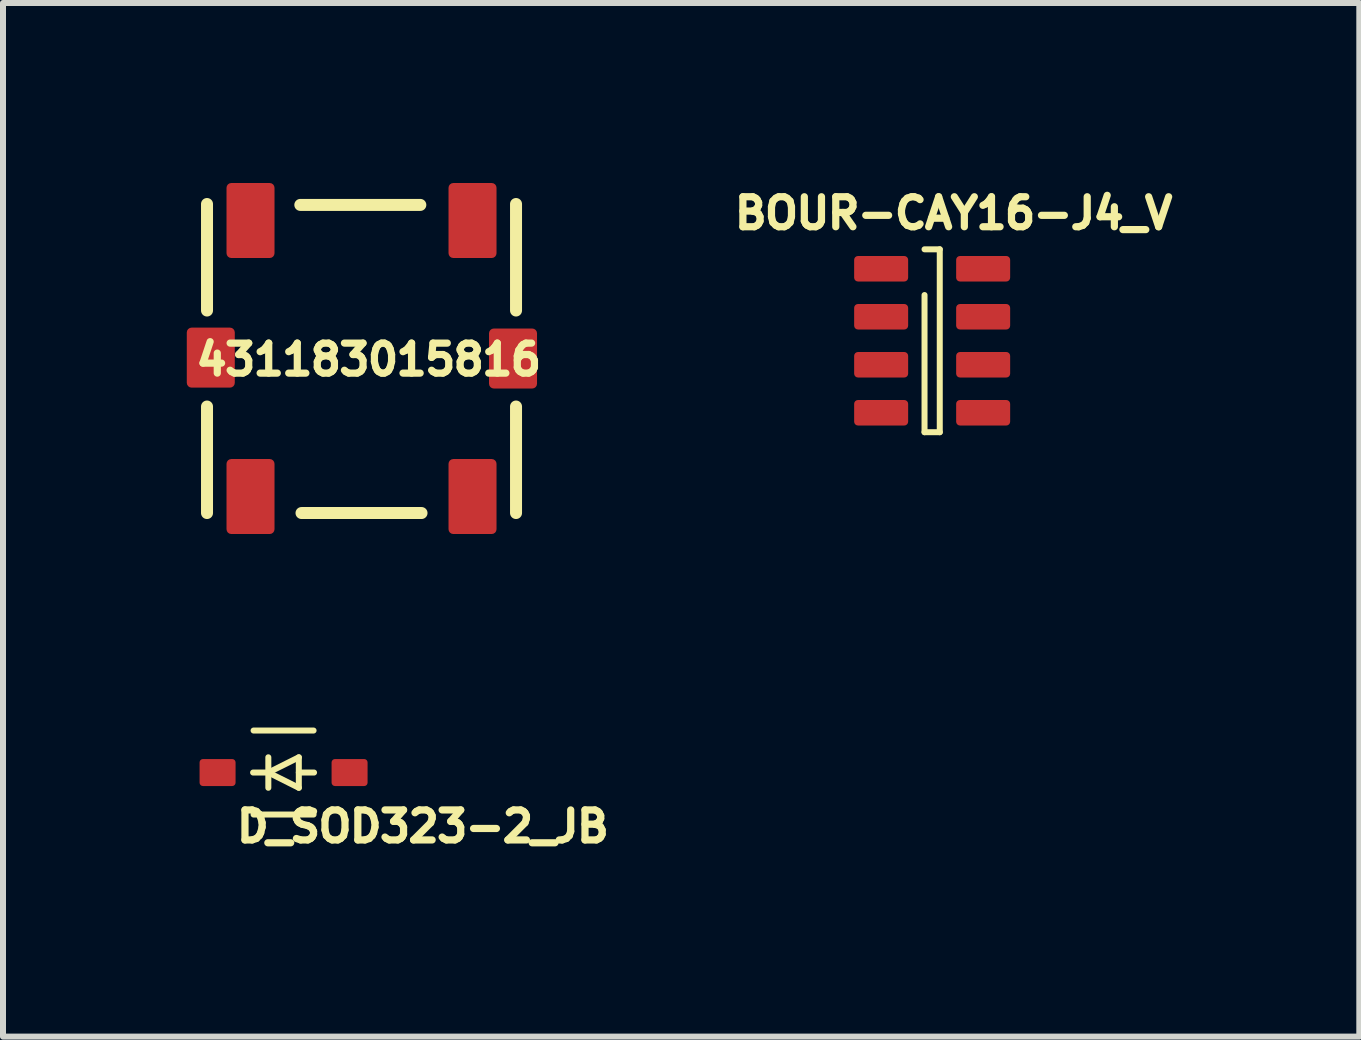
<source format=kicad_pcb>
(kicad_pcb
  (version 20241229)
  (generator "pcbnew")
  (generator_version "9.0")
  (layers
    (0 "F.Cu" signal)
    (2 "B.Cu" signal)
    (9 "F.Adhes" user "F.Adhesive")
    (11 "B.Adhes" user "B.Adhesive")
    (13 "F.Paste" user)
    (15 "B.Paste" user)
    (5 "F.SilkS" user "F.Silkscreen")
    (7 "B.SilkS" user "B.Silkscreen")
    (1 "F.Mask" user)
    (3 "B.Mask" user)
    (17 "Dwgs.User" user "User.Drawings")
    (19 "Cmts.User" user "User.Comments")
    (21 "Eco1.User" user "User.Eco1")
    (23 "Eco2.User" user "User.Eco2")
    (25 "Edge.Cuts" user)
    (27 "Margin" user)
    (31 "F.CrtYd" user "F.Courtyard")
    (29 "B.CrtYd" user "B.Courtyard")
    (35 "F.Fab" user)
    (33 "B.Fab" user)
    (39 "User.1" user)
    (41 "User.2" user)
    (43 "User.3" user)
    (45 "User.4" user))
  (footprint "BOUR-CAY16-J4_V"
    (layer "F.Cu")
    (at 12.485 2.629)
    (property "Reference" "BOUR-CAY16-J4_V" (at 0.358 -2.125 0) (unlocked yes) (layer "F.SilkS") (effects (font (size 0.5 0.5) (thickness 0.12))))
    (fp_line (start -0.127 -1.524) (end 0.127 -1.524) (stroke (width 0.1) (type solid)) (layer "F.SilkS"))
    (fp_line (start -0.127 1.524) (end -0.127 -0.762) (stroke (width 0.1) (type solid)) (layer "F.SilkS"))
    (fp_line (start -0.127 1.524) (end 0.127 1.524) (stroke (width 0.1) (type solid)) (layer "F.SilkS"))
    (fp_line (start 0.127 1.524) (end 0.127 -1.524) (stroke (width 0.1) (type solid)) (layer "F.SilkS"))
    (fp_line (start -0.5 0) (end 0.5 0) (stroke (width 0.1) (type solid)) (layer "User.2"))
    (fp_line (start 0 0.5) (end 0 -0.5) (stroke (width 0.1) (type solid)) (layer "User.2"))
    (fp_line (start -0.8 -1.6) (end 0.8 -1.6) (stroke (width 0.1) (type solid)) (layer "User.4"))
    (fp_line (start -0.8 1.6) (end -0.8 -1.6) (stroke (width 0.1) (type solid)) (layer "User.4"))
    (fp_line (start -0.8 1.6) (end 0.8 1.6) (stroke (width 0.1) (type solid)) (layer "User.4"))
    (fp_line (start 0.8 1.6) (end 0.8 -1.6) (stroke (width 0.1) (type solid)) (layer "User.4"))
    (fp_poly (pts (xy -1.27 -1.397) (xy -0.381 -1.397) (xy -0.381 -1.016) (xy -1.27 -1.016)) (stroke (width 0.1) (type default)) (fill no) (layer "User.6"))
    (fp_line (start -1.651 -1.85) (end 1.651 -1.85) (stroke (width 0.05) (type solid)) (layer "User.13"))
    (fp_line (start -1.651 1.85) (end -1.651 -1.85) (stroke (width 0.05) (type solid)) (layer "User.13"))
    (fp_line (start -1.651 1.85) (end 1.651 1.85) (stroke (width 0.05) (type solid)) (layer "User.13"))
    (fp_line (start 1.651 1.85) (end 1.651 -1.85) (stroke (width 0.05) (type solid)) (layer "User.13"))
    (pad "1" smd roundrect (at -0.85 -1.2 90) (size 0.425 0.9) (layers "F.Cu" "F.Mask" "F.Paste") (roundrect_rratio 0.15))
    (pad "2" smd roundrect (at -0.85 -0.4 90) (size 0.425 0.9) (layers "F.Cu" "F.Mask" "F.Paste") (roundrect_rratio 0.15))
    (pad "3" smd roundrect (at -0.85 0.4 90) (size 0.425 0.9) (layers "F.Cu" "F.Mask" "F.Paste") (roundrect_rratio 0.15))
    (pad "4" smd roundrect (at -0.85 1.2 90) (size 0.425 0.9) (layers "F.Cu" "F.Mask" "F.Paste") (roundrect_rratio 0.15))
    (pad "5" smd roundrect (at 0.85 1.2 90) (size 0.425 0.9) (layers "F.Cu" "F.Mask" "F.Paste") (roundrect_rratio 0.15))
    (pad "6" smd roundrect (at 0.85 0.4 90) (size 0.425 0.9) (layers "F.Cu" "F.Mask" "F.Paste") (roundrect_rratio 0.15))
    (pad "7" smd roundrect (at 0.85 -0.4 90) (size 0.425 0.9) (layers "F.Cu" "F.Mask" "F.Paste") (roundrect_rratio 0.15))
    (pad "8" smd roundrect (at 0.85 -1.2 90) (size 0.425 0.9) (layers "F.Cu" "F.Mask" "F.Paste") (roundrect_rratio 0.15)))
  (footprint "D_SOD323-2_JB"
    (layer "F.Cu")
    (at 1.676 9.825)
    (property "Reference" "D_SOD323-2_JB" (at 2.321 0.898 0) (unlocked yes) (layer "F.SilkS") (effects (font (size 0.5 0.5) (thickness 0.12))))
    (fp_line (start -0.508 0) (end -0.254 0) (stroke (width 0.1) (type solid)) (layer "F.SilkS"))
    (fp_line (start -0.5 -0.7) (end 0.5 -0.7) (stroke (width 0.1) (type solid)) (layer "F.SilkS"))
    (fp_line (start -0.5 0.7) (end 0.5 0.7) (stroke (width 0.1) (type solid)) (layer "F.SilkS"))
    (fp_line (start -0.254 0) (end 0.254 -0.254) (stroke (width 0.1) (type solid)) (layer "F.SilkS"))
    (fp_line (start -0.254 0) (end 0.254 0.254) (stroke (width 0.1) (type solid)) (layer "F.SilkS"))
    (fp_line (start -0.254 0.254) (end -0.254 -0.254) (stroke (width 0.1) (type solid)) (layer "F.SilkS"))
    (fp_line (start 0.254 0) (end 0.508 0) (stroke (width 0.1) (type solid)) (layer "F.SilkS"))
    (fp_line (start 0.254 0.254) (end 0.254 -0.254) (stroke (width 0.1) (type solid)) (layer "F.SilkS"))
    (fp_line (start -0.5 0) (end 0.5 0) (stroke (width 0.1) (type solid)) (layer "User.2"))
    (fp_line (start 0 0.5) (end 0 -0.5) (stroke (width 0.1) (type solid)) (layer "User.2"))
    (fp_line (start -0.9 -0.7) (end 0.9 -0.7) (stroke (width 0.1) (type solid)) (layer "User.4"))
    (fp_line (start -0.9 0.7) (end -0.9 -0.7) (stroke (width 0.1) (type solid)) (layer "User.4"))
    (fp_line (start -0.9 0.7) (end 0.9 0.7) (stroke (width 0.1) (type solid)) (layer "User.4"))
    (fp_line (start 0.9 0.7) (end 0.9 -0.7) (stroke (width 0.1) (type solid)) (layer "User.4"))
    (fp_poly (pts (xy -1.397 -0.254) (xy -0.762 -0.254) (xy -0.762 0.254) (xy -1.397 0.254)) (stroke (width 0.1) (type default)) (fill no) (layer "User.6"))
    (fp_line (start -1.651 -0.95) (end 1.651 -0.95) (stroke (width 0.05) (type solid)) (layer "User.13"))
    (fp_line (start -1.651 0.95) (end -1.651 -0.95) (stroke (width 0.05) (type solid)) (layer "User.13"))
    (fp_line (start -1.651 0.95) (end 1.651 0.95) (stroke (width 0.05) (type solid)) (layer "User.13"))
    (fp_line (start 1.651 0.95) (end 1.651 -0.95) (stroke (width 0.05) (type solid)) (layer "User.13"))
    (pad "1" smd roundrect (at -1.1 0 90) (size 0.45 0.6) (layers "F.Cu" "F.Mask" "F.Paste") (roundrect_rratio 0.125))
    (pad "2" smd roundrect (at 1.1 0 90) (size 0.45 0.6) (layers "F.Cu" "F.Mask" "F.Paste") (roundrect_rratio 0.125)))
  (footprint "431183015816"
    (layer "F.Cu")
    (at 2.975 2.925)
    (property "Reference" "431183015816" (at 0.12 0.018 0) (unlocked yes) (layer "F.SilkS") (effects (font (size 0.5 0.5) (thickness 0.12))))
    (fp_line (start -2.575 -0.8) (end -2.575 -2.575) (stroke (width 0.2) (type solid)) (layer "F.SilkS"))
    (fp_line (start -2.575 2.575) (end -2.575 0.8) (stroke (width 0.2) (type solid)) (layer "F.SilkS"))
    (fp_line (start -1.02 -2.56) (end 0.98 -2.56) (stroke (width 0.2) (type solid)) (layer "F.SilkS"))
    (fp_line (start -1 2.575) (end 1 2.575) (stroke (width 0.2) (type solid)) (layer "F.SilkS"))
    (fp_line (start 2.575 -0.8) (end 2.575 -2.575) (stroke (width 0.2) (type solid)) (layer "F.SilkS"))
    (fp_line (start 2.575 2.575) (end 2.575 0.8) (stroke (width 0.2) (type solid)) (layer "F.SilkS"))
    (fp_line (start -0.5 0) (end 0.5 0) (stroke (width 0.05) (type solid)) (layer "User.2"))
    (fp_line (start 0 0.5) (end 0 -0.5) (stroke (width 0.05) (type solid)) (layer "User.2"))
    (fp_line (start -2.95 -2.9) (end 2.95 -2.9) (stroke (width 0.05) (type solid)) (layer "User.13"))
    (fp_line (start -2.95 2.9) (end -2.95 -2.9) (stroke (width 0.05) (type solid)) (layer "User.13"))
    (fp_line (start -2.95 2.9) (end 2.95 2.9) (stroke (width 0.05) (type solid)) (layer "User.13"))
    (fp_line (start 2.95 2.9) (end 2.95 -2.9) (stroke (width 0.05) (type solid)) (layer "User.13"))
    (pad "1" smd roundrect (at -1.85 -2.3 270) (size 1.25 0.8) (layers "F.Cu" "F.Mask" "F.Paste") (roundrect_rratio 0.1))
    (pad "2" smd roundrect (at 1.85 -2.3 270) (size 1.25 0.8) (layers "F.Cu" "F.Mask" "F.Paste") (roundrect_rratio 0.1))
    (pad "3" smd roundrect (at -1.85 2.3 270) (size 1.25 0.8) (layers "F.Cu" "F.Mask" "F.Paste") (roundrect_rratio 0.1))
    (pad "4" smd roundrect (at 1.85 2.3 270) (size 1.25 0.8) (layers "F.Cu" "F.Mask" "F.Paste") (roundrect_rratio 0.1))
    (pad "G1" smd roundrect (at -2.512 -0.015 90) (size 1 0.8) (layers "F.Cu" "F.Mask" "F.Paste") (roundrect_rratio 0.1))
    (pad "G1" smd roundrect (at 2.525 0 270) (size 1 0.8) (layers "F.Cu" "F.Mask" "F.Paste") (roundrect_rratio 0.1)))
  (gr_rect
    (start -3 -3)
    (end 19.604 14.226)
    (stroke (width 0.1) (type default))
    (fill no)
    (layer "Edge.Cuts")))
</source>
